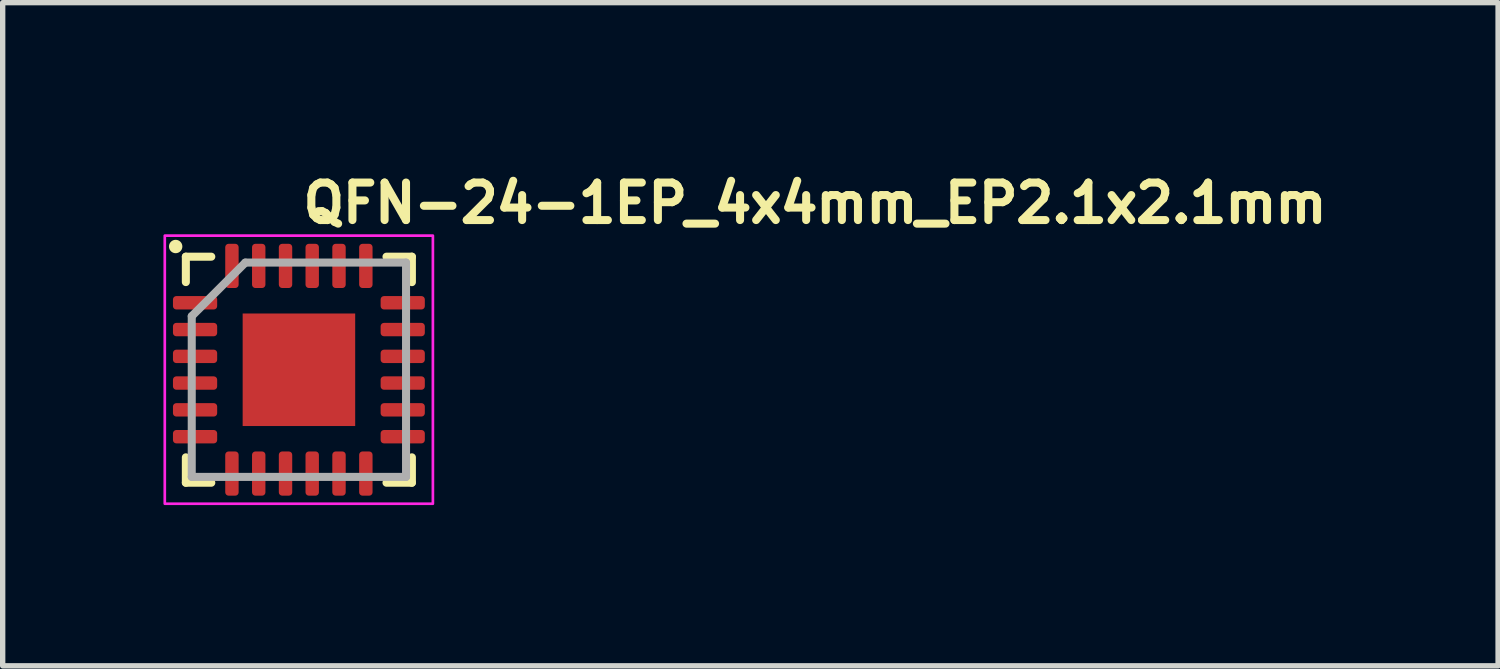
<source format=kicad_pcb>
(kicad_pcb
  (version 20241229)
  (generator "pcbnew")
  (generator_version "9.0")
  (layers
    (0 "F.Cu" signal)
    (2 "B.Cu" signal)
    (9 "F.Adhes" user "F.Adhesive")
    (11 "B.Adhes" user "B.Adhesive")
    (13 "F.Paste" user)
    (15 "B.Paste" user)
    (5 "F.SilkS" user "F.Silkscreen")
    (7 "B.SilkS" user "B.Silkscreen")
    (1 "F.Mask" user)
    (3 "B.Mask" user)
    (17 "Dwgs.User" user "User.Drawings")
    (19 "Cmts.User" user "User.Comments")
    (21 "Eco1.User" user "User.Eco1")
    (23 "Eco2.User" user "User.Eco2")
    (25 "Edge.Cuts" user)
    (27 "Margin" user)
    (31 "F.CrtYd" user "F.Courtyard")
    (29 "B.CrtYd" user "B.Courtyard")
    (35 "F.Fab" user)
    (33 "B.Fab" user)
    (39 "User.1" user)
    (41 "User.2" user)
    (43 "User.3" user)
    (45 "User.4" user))
  (footprint "QFN-24-1EP_4x4mm_EP2.1x2.1mm"
    (layer "F.Cu")
    (at 2.528 3.85)
    (property "Reference" "QFN-24-1EP_4x4mm_EP2.1x2.1mm" (at 0 -2.7 0) (layer "F.SilkS") (effects (font (size 0.7 0.7) (thickness 0.15)) (justify left bottom)))
    (attr smd)
    (fp_line (start -2.11 -1.636) (end -2.11 -2.11) (stroke (width 0.15) (type solid)) (layer "F.SilkS"))
    (fp_line (start -2.11 2.108) (end -2.11 1.634) (stroke (width 0.15) (type solid)) (layer "F.SilkS"))
    (fp_line (start -1.635 -2.11) (end -2.11 -2.11) (stroke (width 0.15) (type solid)) (layer "F.SilkS"))
    (fp_line (start -1.635 2.108) (end -2.11 2.108) (stroke (width 0.15) (type solid)) (layer "F.SilkS"))
    (fp_line (start 1.634 -2.11) (end 2.108 -2.11) (stroke (width 0.15) (type solid)) (layer "F.SilkS"))
    (fp_line (start 1.634 2.108) (end 2.108 2.108) (stroke (width 0.15) (type solid)) (layer "F.SilkS"))
    (fp_line (start 2.108 -2.11) (end 2.108 -1.635) (stroke (width 0.15) (type solid)) (layer "F.SilkS"))
    (fp_line (start 2.108 2.108) (end 2.108 1.634) (stroke (width 0.15) (type solid)) (layer "F.SilkS"))
    (fp_circle (center -2.3 -2.3) (end -2.25 -2.3) (stroke (width 0.15) (type solid)) (fill yes) (layer "F.SilkS"))
    (fp_rect (start -2.503 -2.503) (end 2.5 2.5) (stroke (width 0.05) (type solid)) (fill no) (layer "F.CrtYd"))
    (fp_line (start -2 -1) (end -1 -2) (stroke (width 0.15) (type solid)) (layer "F.Fab"))
    (fp_line (start -2 1.999) (end -2 -1) (stroke (width 0.15) (type solid)) (layer "F.Fab"))
    (fp_line (start -1 -2) (end 1.999 -2) (stroke (width 0.15) (type solid)) (layer "F.Fab"))
    (fp_line (start 1.999 -2) (end 1.999 1.999) (stroke (width 0.15) (type solid)) (layer "F.Fab"))
    (fp_line (start 1.999 1.999) (end -2 1.999) (stroke (width 0.15) (type solid)) (layer "F.Fab"))
    (fp_rect (start -2.003 -2.003) (end 2 2) (stroke (width 0.1) (type solid)) (fill no) (layer "User.5"))
    (fp_line (start -2 -1.364) (end -1.999 -1.364) (stroke (width 0.02) (type solid)) (layer "User.9"))
    (fp_line (start -2 -1.134) (end -2 -1.364) (stroke (width 0.02) (type solid)) (layer "User.9"))
    (fp_line (start -2 -0.863) (end -1.999 -0.863) (stroke (width 0.02) (type solid)) (layer "User.9"))
    (fp_line (start -2 -0.633) (end -2 -0.863) (stroke (width 0.02) (type solid)) (layer "User.9"))
    (fp_line (start -2 -0.363) (end -1.999 -0.363) (stroke (width 0.02) (type solid)) (layer "User.9"))
    (fp_line (start -2 -0.135) (end -2 -0.363) (stroke (width 0.02) (type solid)) (layer "User.9"))
    (fp_line (start -2 0.137) (end -1.999 0.137) (stroke (width 0.02) (type solid)) (layer "User.9"))
    (fp_line (start -2 0.365) (end -2 0.137) (stroke (width 0.02) (type solid)) (layer "User.9"))
    (fp_line (start -2 0.635) (end -1.999 0.635) (stroke (width 0.02) (type solid)) (layer "User.9"))
    (fp_line (start -2 0.865) (end -2 0.635) (stroke (width 0.02) (type solid)) (layer "User.9"))
    (fp_line (start -2 1.135) (end -1.999 1.135) (stroke (width 0.02) (type solid)) (layer "User.9"))
    (fp_line (start -2 1.365) (end -2 1.135) (stroke (width 0.02) (type solid)) (layer "User.9"))
    (fp_line (start -1.999 -1.999) (end -1.999 2) (stroke (width 0.02) (type solid)) (layer "User.9"))
    (fp_line (start -1.999 -1.134) (end -2 -1.134) (stroke (width 0.02) (type solid)) (layer "User.9"))
    (fp_line (start -1.999 -0.633) (end -2 -0.633) (stroke (width 0.02) (type solid)) (layer "User.9"))
    (fp_line (start -1.999 -0.135) (end -2 -0.135) (stroke (width 0.02) (type solid)) (layer "User.9"))
    (fp_line (start -1.999 0.365) (end -2 0.365) (stroke (width 0.02) (type solid)) (layer "User.9"))
    (fp_line (start -1.999 0.865) (end -2 0.865) (stroke (width 0.02) (type solid)) (layer "User.9"))
    (fp_line (start -1.999 1.365) (end -2 1.365) (stroke (width 0.02) (type solid)) (layer "User.9"))
    (fp_line (start -1.999 2) (end 2 2) (stroke (width 0.02) (type solid)) (layer "User.9"))
    (fp_line (start -1.6 -1.499) (end -1.598 -1.493) (stroke (width 0.02) (type solid)) (layer "User.9"))
    (fp_line (start -1.598 -1.519) (end -1.598 -1.515) (stroke (width 0.02) (type solid)) (layer "User.9"))
    (fp_line (start -1.598 -1.515) (end -1.598 -1.513) (stroke (width 0.02) (type solid)) (layer "User.9"))
    (fp_line (start -1.598 -1.513) (end -1.598 -1.509) (stroke (width 0.02) (type solid)) (layer "User.9"))
    (fp_line (start -1.598 -1.509) (end -1.598 -1.505) (stroke (width 0.02) (type solid)) (layer "User.9"))
    (fp_line (start -1.598 -1.505) (end -1.598 -1.503) (stroke (width 0.02) (type solid)) (layer "User.9"))
    (fp_line (start -1.598 -1.503) (end -1.6 -1.499) (stroke (width 0.02) (type solid)) (layer "User.9"))
    (fp_line (start -1.598 -1.493) (end -1.598 -1.485) (stroke (width 0.02) (type solid)) (layer "User.9"))
    (fp_line (start -1.598 -1.485) (end -1.598 -1.479) (stroke (width 0.02) (type solid)) (layer "User.9"))
    (fp_line (start -1.598 -1.479) (end -1.596 -1.473) (stroke (width 0.02) (type solid)) (layer "User.9"))
    (fp_line (start -1.596 -1.525) (end -1.596 -1.521) (stroke (width 0.02) (type solid)) (layer "User.9"))
    (fp_line (start -1.596 -1.521) (end -1.598 -1.519) (stroke (width 0.02) (type solid)) (layer "User.9"))
    (fp_line (start -1.596 -1.473) (end -1.594 -1.467) (stroke (width 0.02) (type solid)) (layer "User.9"))
    (fp_line (start -1.594 -1.531) (end -1.594 -1.529) (stroke (width 0.02) (type solid)) (layer "User.9"))
    (fp_line (start -1.594 -1.529) (end -1.596 -1.525) (stroke (width 0.02) (type solid)) (layer "User.9"))
    (fp_line (start -1.594 -1.467) (end -1.592 -1.461) (stroke (width 0.02) (type solid)) (layer "User.9"))
    (fp_line (start -1.592 -1.538) (end -1.592 -1.535) (stroke (width 0.02) (type solid)) (layer "User.9"))
    (fp_line (start -1.592 -1.535) (end -1.594 -1.531) (stroke (width 0.02) (type solid)) (layer "User.9"))
    (fp_line (start -1.592 -1.461) (end -1.588 -1.455) (stroke (width 0.02) (type solid)) (layer "User.9"))
    (fp_line (start -1.59 -1.54) (end -1.592 -1.538) (stroke (width 0.02) (type solid)) (layer "User.9"))
    (fp_line (start -1.588 -1.546) (end -1.588 -1.544) (stroke (width 0.02) (type solid)) (layer "User.9"))
    (fp_line (start -1.588 -1.544) (end -1.59 -1.54) (stroke (width 0.02) (type solid)) (layer "User.9"))
    (fp_line (start -1.588 -1.455) (end -1.586 -1.449) (stroke (width 0.02) (type solid)) (layer "User.9"))
    (fp_line (start -1.586 -1.55) (end -1.588 -1.546) (stroke (width 0.02) (type solid)) (layer "User.9"))
    (fp_line (start -1.586 -1.449) (end -1.582 -1.443) (stroke (width 0.02) (type solid)) (layer "User.9"))
    (fp_line (start -1.584 -1.552) (end -1.586 -1.55) (stroke (width 0.02) (type solid)) (layer "User.9"))
    (fp_line (start -1.582 -1.554) (end -1.584 -1.552) (stroke (width 0.02) (type solid)) (layer "User.9"))
    (fp_line (start -1.582 -1.443) (end -1.578 -1.439) (stroke (width 0.02) (type solid)) (layer "User.9"))
    (fp_line (start -1.58 -1.558) (end -1.582 -1.554) (stroke (width 0.02) (type solid)) (layer "User.9"))
    (fp_line (start -1.578 -1.56) (end -1.58 -1.558) (stroke (width 0.02) (type solid)) (layer "User.9"))
    (fp_line (start -1.578 -1.439) (end -1.574 -1.433) (stroke (width 0.02) (type solid)) (layer "User.9"))
    (fp_line (start -1.576 -1.562) (end -1.578 -1.56) (stroke (width 0.02) (type solid)) (layer "User.9"))
    (fp_line (start -1.574 -1.564) (end -1.576 -1.562) (stroke (width 0.02) (type solid)) (layer "User.9"))
    (fp_line (start -1.574 -1.433) (end -1.57 -1.429) (stroke (width 0.02) (type solid)) (layer "User.9"))
    (fp_line (start -1.572 -1.568) (end -1.574 -1.564) (stroke (width 0.02) (type solid)) (layer "User.9"))
    (fp_line (start -1.57 -1.57) (end -1.572 -1.568) (stroke (width 0.02) (type solid)) (layer "User.9"))
    (fp_line (start -1.57 -1.429) (end -1.566 -1.423) (stroke (width 0.02) (type solid)) (layer "User.9"))
    (fp_line (start -1.568 -1.572) (end -1.57 -1.57) (stroke (width 0.02) (type solid)) (layer "User.9"))
    (fp_line (start -1.566 -1.574) (end -1.568 -1.572) (stroke (width 0.02) (type solid)) (layer "User.9"))
    (fp_line (start -1.566 -1.423) (end -1.56 -1.419) (stroke (width 0.02) (type solid)) (layer "User.9"))
    (fp_line (start -1.562 -1.576) (end -1.566 -1.574) (stroke (width 0.02) (type solid)) (layer "User.9"))
    (fp_line (start -1.56 -1.578) (end -1.562 -1.576) (stroke (width 0.02) (type solid)) (layer "User.9"))
    (fp_line (start -1.56 -1.419) (end -1.554 -1.415) (stroke (width 0.02) (type solid)) (layer "User.9"))
    (fp_line (start -1.558 -1.58) (end -1.56 -1.578) (stroke (width 0.02) (type solid)) (layer "User.9"))
    (fp_line (start -1.554 -1.582) (end -1.558 -1.58) (stroke (width 0.02) (type solid)) (layer "User.9"))
    (fp_line (start -1.554 -1.415) (end -1.55 -1.413) (stroke (width 0.02) (type solid)) (layer "User.9"))
    (fp_line (start -1.552 -1.584) (end -1.554 -1.582) (stroke (width 0.02) (type solid)) (layer "User.9"))
    (fp_line (start -1.55 -1.586) (end -1.552 -1.584) (stroke (width 0.02) (type solid)) (layer "User.9"))
    (fp_line (start -1.55 -1.586) (end -1.55 -1.586) (stroke (width 0.02) (type solid)) (layer "User.9"))
    (fp_line (start -1.55 -1.413) (end -1.55 -1.413) (stroke (width 0.02) (type solid)) (layer "User.9"))
    (fp_line (start -1.55 -1.413) (end -1.544 -1.409) (stroke (width 0.02) (type solid)) (layer "User.9"))
    (fp_line (start -1.544 -1.588) (end -1.55 -1.586) (stroke (width 0.02) (type solid)) (layer "User.9"))
    (fp_line (start -1.544 -1.409) (end -1.538 -1.406) (stroke (width 0.02) (type solid)) (layer "User.9"))
    (fp_line (start -1.538 -1.592) (end -1.544 -1.588) (stroke (width 0.02) (type solid)) (layer "User.9"))
    (fp_line (start -1.538 -1.406) (end -1.531 -1.404) (stroke (width 0.02) (type solid)) (layer "User.9"))
    (fp_line (start -1.531 -1.594) (end -1.538 -1.592) (stroke (width 0.02) (type solid)) (layer "User.9"))
    (fp_line (start -1.531 -1.404) (end -1.525 -1.402) (stroke (width 0.02) (type solid)) (layer "User.9"))
    (fp_line (start -1.525 -1.596) (end -1.531 -1.594) (stroke (width 0.02) (type solid)) (layer "User.9"))
    (fp_line (start -1.525 -1.402) (end -1.519 -1.4) (stroke (width 0.02) (type solid)) (layer "User.9"))
    (fp_line (start -1.519 -1.598) (end -1.525 -1.596) (stroke (width 0.02) (type solid)) (layer "User.9"))
    (fp_line (start -1.519 -1.4) (end -1.511 -1.4) (stroke (width 0.02) (type solid)) (layer "User.9"))
    (fp_line (start -1.511 -1.598) (end -1.519 -1.598) (stroke (width 0.02) (type solid)) (layer "User.9"))
    (fp_line (start -1.511 -1.4) (end -1.505 -1.4) (stroke (width 0.02) (type solid)) (layer "User.9"))
    (fp_line (start -1.505 -1.598) (end -1.511 -1.598) (stroke (width 0.02) (type solid)) (layer "User.9"))
    (fp_line (start -1.505 -1.4) (end -1.499 -1.398) (stroke (width 0.02) (type solid)) (layer "User.9"))
    (fp_line (start -1.499 -1.6) (end -1.505 -1.598) (stroke (width 0.02) (type solid)) (layer "User.9"))
    (fp_line (start -1.499 -1.398) (end -1.493 -1.4) (stroke (width 0.02) (type solid)) (layer "User.9"))
    (fp_line (start -1.493 -1.598) (end -1.499 -1.6) (stroke (width 0.02) (type solid)) (layer "User.9"))
    (fp_line (start -1.493 -1.4) (end -1.487 -1.4) (stroke (width 0.02) (type solid)) (layer "User.9"))
    (fp_line (start -1.487 -1.598) (end -1.493 -1.598) (stroke (width 0.02) (type solid)) (layer "User.9"))
    (fp_line (start -1.487 -1.4) (end -1.479 -1.4) (stroke (width 0.02) (type solid)) (layer "User.9"))
    (fp_line (start -1.479 -1.598) (end -1.487 -1.598) (stroke (width 0.02) (type solid)) (layer "User.9"))
    (fp_line (start -1.479 -1.4) (end -1.473 -1.402) (stroke (width 0.02) (type solid)) (layer "User.9"))
    (fp_line (start -1.473 -1.596) (end -1.479 -1.598) (stroke (width 0.02) (type solid)) (layer "User.9"))
    (fp_line (start -1.473 -1.402) (end -1.467 -1.404) (stroke (width 0.02) (type solid)) (layer "User.9"))
    (fp_line (start -1.467 -1.594) (end -1.473 -1.596) (stroke (width 0.02) (type solid)) (layer "User.9"))
    (fp_line (start -1.467 -1.404) (end -1.461 -1.406) (stroke (width 0.02) (type solid)) (layer "User.9"))
    (fp_line (start -1.461 -1.592) (end -1.467 -1.594) (stroke (width 0.02) (type solid)) (layer "User.9"))
    (fp_line (start -1.461 -1.406) (end -1.455 -1.409) (stroke (width 0.02) (type solid)) (layer "User.9"))
    (fp_line (start -1.455 -1.588) (end -1.461 -1.592) (stroke (width 0.02) (type solid)) (layer "User.9"))
    (fp_line (start -1.455 -1.409) (end -1.449 -1.413) (stroke (width 0.02) (type solid)) (layer "User.9"))
    (fp_line (start -1.449 -1.586) (end -1.455 -1.588) (stroke (width 0.02) (type solid)) (layer "User.9"))
    (fp_line (start -1.449 -1.586) (end -1.449 -1.586) (stroke (width 0.02) (type solid)) (layer "User.9"))
    (fp_line (start -1.449 -1.413) (end -1.449 -1.413) (stroke (width 0.02) (type solid)) (layer "User.9"))
    (fp_line (start -1.449 -1.413) (end -1.447 -1.415) (stroke (width 0.02) (type solid)) (layer "User.9"))
    (fp_line (start -1.447 -1.415) (end -1.443 -1.415) (stroke (width 0.02) (type solid)) (layer "User.9"))
    (fp_line (start -1.443 -1.582) (end -1.449 -1.586) (stroke (width 0.02) (type solid)) (layer "User.9"))
    (fp_line (start -1.443 -1.415) (end -1.441 -1.417) (stroke (width 0.02) (type solid)) (layer "User.9"))
    (fp_line (start -1.441 -1.417) (end -1.437 -1.419) (stroke (width 0.02) (type solid)) (layer "User.9"))
    (fp_line (start -1.437 -1.578) (end -1.443 -1.582) (stroke (width 0.02) (type solid)) (layer "User.9"))
    (fp_line (start -1.437 -1.419) (end -1.435 -1.421) (stroke (width 0.02) (type solid)) (layer "User.9"))
    (fp_line (start -1.435 -1.421) (end -1.433 -1.423) (stroke (width 0.02) (type solid)) (layer "User.9"))
    (fp_line (start -1.433 -1.574) (end -1.437 -1.578) (stroke (width 0.02) (type solid)) (layer "User.9"))
    (fp_line (start -1.433 -1.423) (end -1.431 -1.427) (stroke (width 0.02) (type solid)) (layer "User.9"))
    (fp_line (start -1.431 -1.427) (end -1.429 -1.429) (stroke (width 0.02) (type solid)) (layer "User.9"))
    (fp_line (start -1.429 -1.57) (end -1.433 -1.574) (stroke (width 0.02) (type solid)) (layer "User.9"))
    (fp_line (start -1.429 -1.429) (end -1.425 -1.431) (stroke (width 0.02) (type solid)) (layer "User.9"))
    (fp_line (start -1.425 -1.431) (end -1.423 -1.433) (stroke (width 0.02) (type solid)) (layer "User.9"))
    (fp_line (start -1.423 -1.564) (end -1.429 -1.57) (stroke (width 0.02) (type solid)) (layer "User.9"))
    (fp_line (start -1.423 -1.433) (end -1.421 -1.435) (stroke (width 0.02) (type solid)) (layer "User.9"))
    (fp_line (start -1.421 -1.435) (end -1.419 -1.439) (stroke (width 0.02) (type solid)) (layer "User.9"))
    (fp_line (start -1.419 -1.56) (end -1.423 -1.564) (stroke (width 0.02) (type solid)) (layer "User.9"))
    (fp_line (start -1.419 -1.439) (end -1.417 -1.441) (stroke (width 0.02) (type solid)) (layer "User.9"))
    (fp_line (start -1.417 -1.441) (end -1.415 -1.443) (stroke (width 0.02) (type solid)) (layer "User.9"))
    (fp_line (start -1.415 -1.554) (end -1.419 -1.56) (stroke (width 0.02) (type solid)) (layer "User.9"))
    (fp_line (start -1.415 -1.447) (end -1.413 -1.449) (stroke (width 0.02) (type solid)) (layer "User.9"))
    (fp_line (start -1.415 -1.443) (end -1.415 -1.447) (stroke (width 0.02) (type solid)) (layer "User.9"))
    (fp_line (start -1.413 -1.55) (end -1.415 -1.554) (stroke (width 0.02) (type solid)) (layer "User.9"))
    (fp_line (start -1.413 -1.449) (end -1.411 -1.451) (stroke (width 0.02) (type solid)) (layer "User.9"))
    (fp_line (start -1.411 -1.451) (end -1.409 -1.455) (stroke (width 0.02) (type solid)) (layer "User.9"))
    (fp_line (start -1.409 -1.544) (end -1.413 -1.55) (stroke (width 0.02) (type solid)) (layer "User.9"))
    (fp_line (start -1.409 -1.455) (end -1.407 -1.457) (stroke (width 0.02) (type solid)) (layer "User.9"))
    (fp_line (start -1.407 -1.457) (end -1.406 -1.461) (stroke (width 0.02) (type solid)) (layer "User.9"))
    (fp_line (start -1.406 -1.538) (end -1.409 -1.544) (stroke (width 0.02) (type solid)) (layer "User.9"))
    (fp_line (start -1.406 -1.463) (end -1.404 -1.467) (stroke (width 0.02) (type solid)) (layer "User.9"))
    (fp_line (start -1.406 -1.461) (end -1.406 -1.463) (stroke (width 0.02) (type solid)) (layer "User.9"))
    (fp_line (start -1.404 -1.531) (end -1.406 -1.538) (stroke (width 0.02) (type solid)) (layer "User.9"))
    (fp_line (start -1.404 -1.469) (end -1.402 -1.473) (stroke (width 0.02) (type solid)) (layer "User.9"))
    (fp_line (start -1.404 -1.467) (end -1.404 -1.469) (stroke (width 0.02) (type solid)) (layer "User.9"))
    (fp_line (start -1.402 -1.525) (end -1.404 -1.531) (stroke (width 0.02) (type solid)) (layer "User.9"))
    (fp_line (start -1.402 -1.477) (end -1.4 -1.479) (stroke (width 0.02) (type solid)) (layer "User.9"))
    (fp_line (start -1.402 -1.473) (end -1.402 -1.477) (stroke (width 0.02) (type solid)) (layer "User.9"))
    (fp_line (start -1.4 -1.519) (end -1.402 -1.525) (stroke (width 0.02) (type solid)) (layer "User.9"))
    (fp_line (start -1.4 -1.513) (end -1.4 -1.519) (stroke (width 0.02) (type solid)) (layer "User.9"))
    (fp_line (start -1.4 -1.505) (end -1.4 -1.513) (stroke (width 0.02) (type solid)) (layer "User.9"))
    (fp_line (start -1.4 -1.495) (end -1.398 -1.499) (stroke (width 0.02) (type solid)) (layer "User.9"))
    (fp_line (start -1.4 -1.493) (end -1.4 -1.495) (stroke (width 0.02) (type solid)) (layer "User.9"))
    (fp_line (start -1.4 -1.489) (end -1.4 -1.493) (stroke (width 0.02) (type solid)) (layer "User.9"))
    (fp_line (start -1.4 -1.485) (end -1.4 -1.489) (stroke (width 0.02) (type solid)) (layer "User.9"))
    (fp_line (start -1.4 -1.483) (end -1.4 -1.485) (stroke (width 0.02) (type solid)) (layer "User.9"))
    (fp_line (start -1.4 -1.479) (end -1.4 -1.483) (stroke (width 0.02) (type solid)) (layer "User.9"))
    (fp_line (start -1.398 -1.499) (end -1.4 -1.505) (stroke (width 0.02) (type solid)) (layer "User.9"))
    (fp_line (start -1.364 -2) (end -1.134 -2) (stroke (width 0.02) (type solid)) (layer "User.9"))
    (fp_line (start -1.364 -1.999) (end -1.364 -2) (stroke (width 0.02) (type solid)) (layer "User.9"))
    (fp_line (start -1.364 2) (end -1.364 2.003) (stroke (width 0.02) (type solid)) (layer "User.9"))
    (fp_line (start -1.364 2.003) (end -1.134 2.003) (stroke (width 0.02) (type solid)) (layer "User.9"))
    (fp_line (start -1.134 -2) (end -1.134 -1.999) (stroke (width 0.02) (type solid)) (layer "User.9"))
    (fp_line (start -1.134 2.003) (end -1.134 2) (stroke (width 0.02) (type solid)) (layer "User.9"))
    (fp_line (start -0.863 -2) (end -0.633 -2) (stroke (width 0.02) (type solid)) (layer "User.9"))
    (fp_line (start -0.863 -1.999) (end -0.863 -2) (stroke (width 0.02) (type solid)) (layer "User.9"))
    (fp_line (start -0.863 2) (end -0.863 2.003) (stroke (width 0.02) (type solid)) (layer "User.9"))
    (fp_line (start -0.863 2.003) (end -0.633 2.003) (stroke (width 0.02) (type solid)) (layer "User.9"))
    (fp_line (start -0.633 -2) (end -0.633 -1.999) (stroke (width 0.02) (type solid)) (layer "User.9"))
    (fp_line (start -0.633 2.003) (end -0.633 2) (stroke (width 0.02) (type solid)) (layer "User.9"))
    (fp_line (start -0.363 -2) (end -0.135 -2) (stroke (width 0.02) (type solid)) (layer "User.9"))
    (fp_line (start -0.363 -1.999) (end -0.363 -2) (stroke (width 0.02) (type solid)) (layer "User.9"))
    (fp_line (start -0.363 2) (end -0.363 2.003) (stroke (width 0.02) (type solid)) (layer "User.9"))
    (fp_line (start -0.363 2.003) (end -0.135 2.003) (stroke (width 0.02) (type solid)) (layer "User.9"))
    (fp_line (start -0.135 -2) (end -0.135 -1.999) (stroke (width 0.02) (type solid)) (layer "User.9"))
    (fp_line (start -0.135 2.003) (end -0.135 2) (stroke (width 0.02) (type solid)) (layer "User.9"))
    (fp_line (start 0.137 -2) (end 0.365 -2) (stroke (width 0.02) (type solid)) (layer "User.9"))
    (fp_line (start 0.137 -1.999) (end 0.137 -2) (stroke (width 0.02) (type solid)) (layer "User.9"))
    (fp_line (start 0.137 2) (end 0.137 2.003) (stroke (width 0.02) (type solid)) (layer "User.9"))
    (fp_line (start 0.137 2.003) (end 0.365 2.003) (stroke (width 0.02) (type solid)) (layer "User.9"))
    (fp_line (start 0.365 -2) (end 0.365 -1.999) (stroke (width 0.02) (type solid)) (layer "User.9"))
    (fp_line (start 0.365 2.003) (end 0.365 2) (stroke (width 0.02) (type solid)) (layer "User.9"))
    (fp_line (start 0.635 -2) (end 0.865 -2) (stroke (width 0.02) (type solid)) (layer "User.9"))
    (fp_line (start 0.635 -1.999) (end 0.635 -2) (stroke (width 0.02) (type solid)) (layer "User.9"))
    (fp_line (start 0.635 2) (end 0.635 2.003) (stroke (width 0.02) (type solid)) (layer "User.9"))
    (fp_line (start 0.635 2.003) (end 0.865 2.003) (stroke (width 0.02) (type solid)) (layer "User.9"))
    (fp_line (start 0.865 -2) (end 0.865 -1.999) (stroke (width 0.02) (type solid)) (layer "User.9"))
    (fp_line (start 0.865 2.003) (end 0.865 2) (stroke (width 0.02) (type solid)) (layer "User.9"))
    (fp_line (start 1.135 -2) (end 1.365 -2) (stroke (width 0.02) (type solid)) (layer "User.9"))
    (fp_line (start 1.135 -1.999) (end 1.135 -2) (stroke (width 0.02) (type solid)) (layer "User.9"))
    (fp_line (start 1.135 2) (end 1.135 2.003) (stroke (width 0.02) (type solid)) (layer "User.9"))
    (fp_line (start 1.135 2.003) (end 1.365 2.003) (stroke (width 0.02) (type solid)) (layer "User.9"))
    (fp_line (start 1.365 -2) (end 1.365 -1.999) (stroke (width 0.02) (type solid)) (layer "User.9"))
    (fp_line (start 1.365 2.003) (end 1.365 2) (stroke (width 0.02) (type solid)) (layer "User.9"))
    (fp_line (start 2 -1.999) (end -1.999 -1.999) (stroke (width 0.02) (type solid)) (layer "User.9"))
    (fp_line (start 2 -1.134) (end 2.003 -1.134) (stroke (width 0.02) (type solid)) (layer "User.9"))
    (fp_line (start 2 -0.633) (end 2.003 -0.633) (stroke (width 0.02) (type solid)) (layer "User.9"))
    (fp_line (start 2 -0.135) (end 2.003 -0.135) (stroke (width 0.02) (type solid)) (layer "User.9"))
    (fp_line (start 2 0.365) (end 2.003 0.365) (stroke (width 0.02) (type solid)) (layer "User.9"))
    (fp_line (start 2 0.865) (end 2.003 0.865) (stroke (width 0.02) (type solid)) (layer "User.9"))
    (fp_line (start 2 1.365) (end 2.003 1.365) (stroke (width 0.02) (type solid)) (layer "User.9"))
    (fp_line (start 2 2) (end 2 -1.999) (stroke (width 0.02) (type solid)) (layer "User.9"))
    (fp_line (start 2.003 -1.364) (end 2 -1.364) (stroke (width 0.02) (type solid)) (layer "User.9"))
    (fp_line (start 2.003 -1.134) (end 2.003 -1.364) (stroke (width 0.02) (type solid)) (layer "User.9"))
    (fp_line (start 2.003 -0.863) (end 2 -0.863) (stroke (width 0.02) (type solid)) (layer "User.9"))
    (fp_line (start 2.003 -0.633) (end 2.003 -0.863) (stroke (width 0.02) (type solid)) (layer "User.9"))
    (fp_line (start 2.003 -0.363) (end 2 -0.363) (stroke (width 0.02) (type solid)) (layer "User.9"))
    (fp_line (start 2.003 -0.135) (end 2.003 -0.363) (stroke (width 0.02) (type solid)) (layer "User.9"))
    (fp_line (start 2.003 0.137) (end 2 0.137) (stroke (width 0.02) (type solid)) (layer "User.9"))
    (fp_line (start 2.003 0.365) (end 2.003 0.137) (stroke (width 0.02) (type solid)) (layer "User.9"))
    (fp_line (start 2.003 0.635) (end 2 0.635) (stroke (width 0.02) (type solid)) (layer "User.9"))
    (fp_line (start 2.003 0.865) (end 2.003 0.635) (stroke (width 0.02) (type solid)) (layer "User.9"))
    (fp_line (start 2.003 1.135) (end 2 1.135) (stroke (width 0.02) (type solid)) (layer "User.9"))
    (fp_line (start 2.003 1.365) (end 2.003 1.135) (stroke (width 0.02) (type solid)) (layer "User.9"))
    (pad "" smd roundrect (at -0.5 -0.5) (size 0.8 0.8) (layers "F.Paste") (roundrect_rratio 0.238))
    (pad "" smd roundrect (at -0.5 0.5) (size 0.8 0.8) (layers "F.Paste") (roundrect_rratio 0.238))
    (pad "" smd roundrect (at 0.5 -0.5) (size 0.8 0.8) (layers "F.Paste") (roundrect_rratio 0.238))
    (pad "" smd roundrect (at 0.5 0.5) (size 0.8 0.8) (layers "F.Paste") (roundrect_rratio 0.238))
    (pad "1" smd roundrect (at -1.938 -1.25) (size 0.825 0.25) (layers "F.Cu" "F.Mask" "F.Paste") (roundrect_rratio 0.25))
    (pad "2" smd roundrect (at -1.938 -0.75) (size 0.825 0.25) (layers "F.Cu" "F.Mask" "F.Paste") (roundrect_rratio 0.25))
    (pad "3" smd roundrect (at -1.938 -0.25) (size 0.825 0.25) (layers "F.Cu" "F.Mask" "F.Paste") (roundrect_rratio 0.25))
    (pad "4" smd roundrect (at -1.938 0.248) (size 0.825 0.25) (layers "F.Cu" "F.Mask" "F.Paste") (roundrect_rratio 0.25))
    (pad "5" smd roundrect (at -1.938 0.748) (size 0.825 0.25) (layers "F.Cu" "F.Mask" "F.Paste") (roundrect_rratio 0.25))
    (pad "6" smd roundrect (at -1.938 1.249) (size 0.825 0.25) (layers "F.Cu" "F.Mask" "F.Paste") (roundrect_rratio 0.25))
    (pad "7" smd roundrect (at -1.25 1.937) (size 0.25 0.825) (layers "F.Cu" "F.Mask" "F.Paste") (roundrect_rratio 0.25))
    (pad "8" smd roundrect (at -0.75 1.937) (size 0.25 0.825) (layers "F.Cu" "F.Mask" "F.Paste") (roundrect_rratio 0.25))
    (pad "9" smd roundrect (at -0.25 1.937) (size 0.25 0.825) (layers "F.Cu" "F.Mask" "F.Paste") (roundrect_rratio 0.25))
    (pad "10" smd roundrect (at 0.248 1.937) (size 0.25 0.825) (layers "F.Cu" "F.Mask" "F.Paste") (roundrect_rratio 0.25))
    (pad "11" smd roundrect (at 0.748 1.937) (size 0.25 0.825) (layers "F.Cu" "F.Mask" "F.Paste") (roundrect_rratio 0.25))
    (pad "12" smd roundrect (at 1.249 1.937) (size 0.25 0.825) (layers "F.Cu" "F.Mask" "F.Paste") (roundrect_rratio 0.25))
    (pad "13" smd roundrect (at 1.937 1.249) (size 0.825 0.25) (layers "F.Cu" "F.Mask" "F.Paste") (roundrect_rratio 0.25))
    (pad "14" smd roundrect (at 1.937 0.748) (size 0.825 0.25) (layers "F.Cu" "F.Mask" "F.Paste") (roundrect_rratio 0.25))
    (pad "15" smd roundrect (at 1.937 0.248) (size 0.825 0.25) (layers "F.Cu" "F.Mask" "F.Paste") (roundrect_rratio 0.25))
    (pad "16" smd roundrect (at 1.937 -0.25) (size 0.825 0.25) (layers "F.Cu" "F.Mask" "F.Paste") (roundrect_rratio 0.25))
    (pad "17" smd roundrect (at 1.937 -0.75) (size 0.825 0.25) (layers "F.Cu" "F.Mask" "F.Paste") (roundrect_rratio 0.25))
    (pad "18" smd roundrect (at 1.937 -1.25) (size 0.825 0.25) (layers "F.Cu" "F.Mask" "F.Paste") (roundrect_rratio 0.25))
    (pad "19" smd roundrect (at 1.249 -1.938) (size 0.25 0.825) (layers "F.Cu" "F.Mask" "F.Paste") (roundrect_rratio 0.25))
    (pad "20" smd roundrect (at 0.748 -1.938) (size 0.25 0.825) (layers "F.Cu" "F.Mask" "F.Paste") (roundrect_rratio 0.25))
    (pad "21" smd roundrect (at 0.248 -1.938) (size 0.25 0.825) (layers "F.Cu" "F.Mask" "F.Paste") (roundrect_rratio 0.25))
    (pad "22" smd roundrect (at -0.25 -1.938) (size 0.25 0.825) (layers "F.Cu" "F.Mask" "F.Paste") (roundrect_rratio 0.25))
    (pad "23" smd roundrect (at -0.75 -1.938) (size 0.25 0.825) (layers "F.Cu" "F.Mask" "F.Paste") (roundrect_rratio 0.25))
    (pad "24" smd roundrect (at -1.25 -1.938) (size 0.25 0.825) (layers "F.Cu" "F.Mask" "F.Paste") (roundrect_rratio 0.25))
    (pad "25" smd rect (at 0 0) (size 2.1 2.1) (layers "F.Cu" "F.Mask")))
  (gr_rect
    (start -3 -3)
    (end 24.905 9.375)
    (stroke (width 0.1) (type default))
    (fill no)
    (layer "Edge.Cuts")))
</source>
